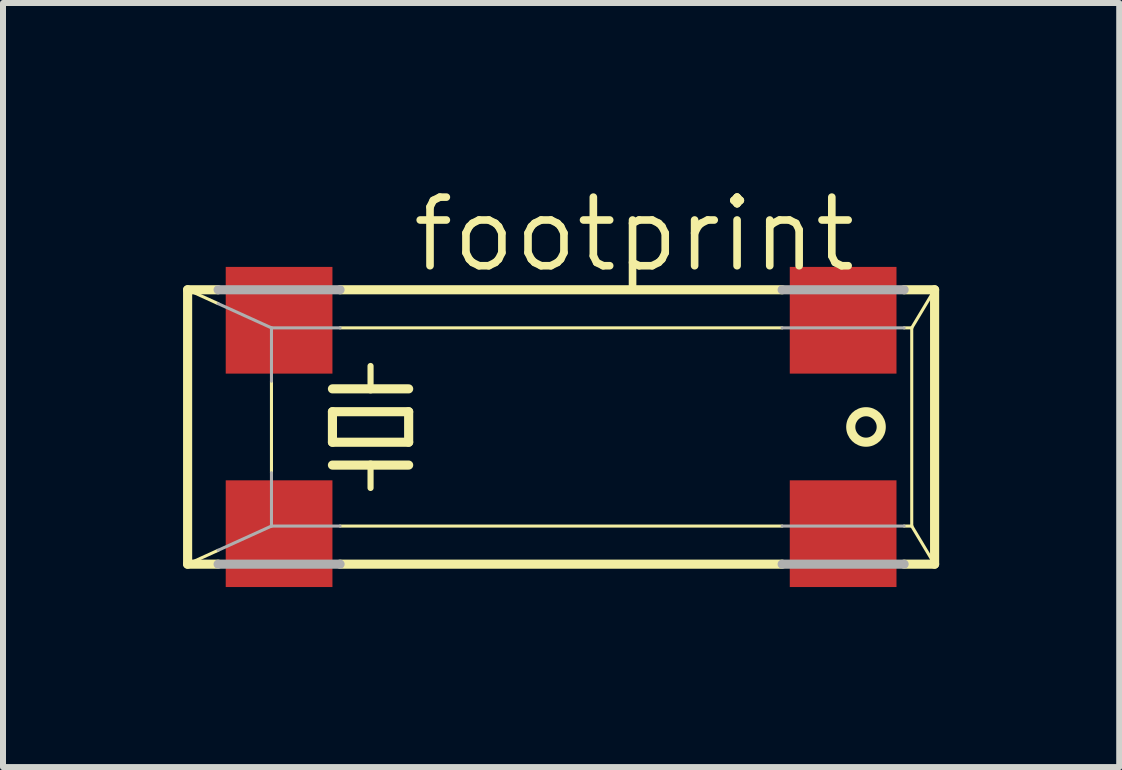
<source format=kicad_pcb>
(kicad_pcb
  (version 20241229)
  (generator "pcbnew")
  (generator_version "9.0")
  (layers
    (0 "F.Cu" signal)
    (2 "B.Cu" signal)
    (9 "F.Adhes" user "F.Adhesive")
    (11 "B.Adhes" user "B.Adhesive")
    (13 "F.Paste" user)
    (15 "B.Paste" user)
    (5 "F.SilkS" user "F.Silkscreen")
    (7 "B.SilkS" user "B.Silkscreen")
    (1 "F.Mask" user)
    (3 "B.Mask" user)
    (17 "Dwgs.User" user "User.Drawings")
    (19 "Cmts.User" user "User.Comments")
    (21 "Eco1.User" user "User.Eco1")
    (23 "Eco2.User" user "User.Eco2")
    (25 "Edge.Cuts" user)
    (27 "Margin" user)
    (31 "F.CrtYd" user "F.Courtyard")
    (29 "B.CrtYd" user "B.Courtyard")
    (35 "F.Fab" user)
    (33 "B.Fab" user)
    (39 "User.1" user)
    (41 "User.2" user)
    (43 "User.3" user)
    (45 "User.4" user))
  (footprint "footprint"
    (layer "F.Cu")
    (at 6.299 4.064)
    (property "Reference" "footprint" (at -2.54 -2.54 0) (layer "F.SilkS") (effects (font (size 1.143 1.143) (thickness 0.127)) (justify left bottom)))
    (fp_line (start -6.223 -2.286) (end -5.715 -2.286) (stroke (width 0.152) (type solid)) (layer "F.SilkS"))
    (fp_line (start -6.223 2.286) (end -6.223 -2.286) (stroke (width 0.152) (type solid)) (layer "F.SilkS"))
    (fp_line (start -6.223 2.286) (end -5.715 2.286) (stroke (width 0.152) (type solid)) (layer "F.SilkS"))
    (fp_line (start -5.715 -2.055) (end -6.223 -2.286) (stroke (width 0.051) (type solid)) (layer "F.SilkS"))
    (fp_line (start -5.715 2.055) (end -6.223 2.286) (stroke (width 0.051) (type solid)) (layer "F.SilkS"))
    (fp_line (start -4.826 -0.762) (end -4.826 0.762) (stroke (width 0.051) (type solid)) (layer "F.SilkS"))
    (fp_line (start -3.81 -0.635) (end -3.175 -0.635) (stroke (width 0.152) (type solid)) (layer "F.SilkS"))
    (fp_line (start -3.81 -0.254) (end -3.81 0.254) (stroke (width 0.152) (type solid)) (layer "F.SilkS"))
    (fp_line (start -3.81 0.254) (end -2.54 0.254) (stroke (width 0.152) (type solid)) (layer "F.SilkS"))
    (fp_line (start -3.81 0.635) (end -3.175 0.635) (stroke (width 0.152) (type solid)) (layer "F.SilkS"))
    (fp_line (start -3.683 -2.286) (end 3.683 -2.286) (stroke (width 0.152) (type solid)) (layer "F.SilkS"))
    (fp_line (start -3.683 1.651) (end 3.683 1.651) (stroke (width 0.051) (type solid)) (layer "F.SilkS"))
    (fp_line (start -3.683 2.286) (end 3.683 2.286) (stroke (width 0.152) (type solid)) (layer "F.SilkS"))
    (fp_line (start -3.175 -0.635) (end -3.175 -1.016) (stroke (width 0.102) (type solid)) (layer "F.SilkS"))
    (fp_line (start -3.175 -0.635) (end -2.54 -0.635) (stroke (width 0.152) (type solid)) (layer "F.SilkS"))
    (fp_line (start -3.175 0.635) (end -3.175 1.016) (stroke (width 0.102) (type solid)) (layer "F.SilkS"))
    (fp_line (start -3.175 0.635) (end -2.54 0.635) (stroke (width 0.152) (type solid)) (layer "F.SilkS"))
    (fp_line (start -2.54 -0.254) (end -3.81 -0.254) (stroke (width 0.152) (type solid)) (layer "F.SilkS"))
    (fp_line (start -2.54 0.254) (end -2.54 -0.254) (stroke (width 0.152) (type solid)) (layer "F.SilkS"))
    (fp_line (start 3.683 -1.651) (end -3.683 -1.651) (stroke (width 0.051) (type solid)) (layer "F.SilkS"))
    (fp_line (start 5.715 -2.286) (end 6.223 -2.286) (stroke (width 0.152) (type solid)) (layer "F.SilkS"))
    (fp_line (start 5.715 1.651) (end 5.842 1.651) (stroke (width 0.051) (type solid)) (layer "F.SilkS"))
    (fp_line (start 5.715 2.286) (end 6.223 2.286) (stroke (width 0.152) (type solid)) (layer "F.SilkS"))
    (fp_line (start 5.842 -1.651) (end 5.715 -1.651) (stroke (width 0.051) (type solid)) (layer "F.SilkS"))
    (fp_line (start 5.842 -1.651) (end 6.223 -2.286) (stroke (width 0.051) (type solid)) (layer "F.SilkS"))
    (fp_line (start 5.842 1.651) (end 5.842 -1.651) (stroke (width 0.051) (type solid)) (layer "F.SilkS"))
    (fp_line (start 5.842 1.651) (end 6.223 2.286) (stroke (width 0.051) (type solid)) (layer "F.SilkS"))
    (fp_line (start 6.223 2.286) (end 6.223 -2.286) (stroke (width 0.152) (type solid)) (layer "F.SilkS"))
    (fp_circle (center 5.08 0) (end 5.334 0) (stroke (width 0.152) (type solid)) (fill no) (layer "F.SilkS"))
    (fp_line (start -5.715 -2.286) (end -3.683 -2.286) (stroke (width 0.152) (type solid)) (layer "F.Fab"))
    (fp_line (start -5.715 2.286) (end -3.683 2.286) (stroke (width 0.152) (type solid)) (layer "F.Fab"))
    (fp_line (start -4.826 -1.651) (end -5.715 -2.055) (stroke (width 0.051) (type solid)) (layer "F.Fab"))
    (fp_line (start -4.826 -1.651) (end -4.826 -0.762) (stroke (width 0.051) (type solid)) (layer "F.Fab"))
    (fp_line (start -4.826 0.762) (end -4.826 1.651) (stroke (width 0.051) (type solid)) (layer "F.Fab"))
    (fp_line (start -4.826 1.651) (end -5.715 2.055) (stroke (width 0.051) (type solid)) (layer "F.Fab"))
    (fp_line (start -4.826 1.651) (end -3.683 1.651) (stroke (width 0.051) (type solid)) (layer "F.Fab"))
    (fp_line (start -3.683 -1.651) (end -4.826 -1.651) (stroke (width 0.051) (type solid)) (layer "F.Fab"))
    (fp_line (start 3.683 -2.286) (end 5.715 -2.286) (stroke (width 0.152) (type solid)) (layer "F.Fab"))
    (fp_line (start 3.683 1.651) (end 5.715 1.651) (stroke (width 0.051) (type solid)) (layer "F.Fab"))
    (fp_line (start 3.683 2.286) (end 5.715 2.286) (stroke (width 0.152) (type solid)) (layer "F.Fab"))
    (fp_line (start 5.715 -1.651) (end 3.683 -1.651) (stroke (width 0.051) (type solid)) (layer "F.Fab"))
    (pad "1" smd rect (at -4.699 1.778) (size 1.778 1.778) (layers "F.Cu" "F.Mask" "F.Paste"))
    (pad "2" smd rect (at 4.699 1.778) (size 1.778 1.778) (layers "F.Cu" "F.Mask" "F.Paste"))
    (pad "3" smd rect (at 4.699 -1.778) (size 1.778 1.778) (layers "F.Cu" "F.Mask" "F.Paste"))
    (pad "4" smd rect (at -4.699 -1.778) (size 1.778 1.778) (layers "F.Cu" "F.Mask" "F.Paste")))
  (gr_rect
    (start -3 -3)
    (end 15.598 9.731)
    (stroke (width 0.1) (type default))
    (fill no)
    (layer "Edge.Cuts")))
</source>
